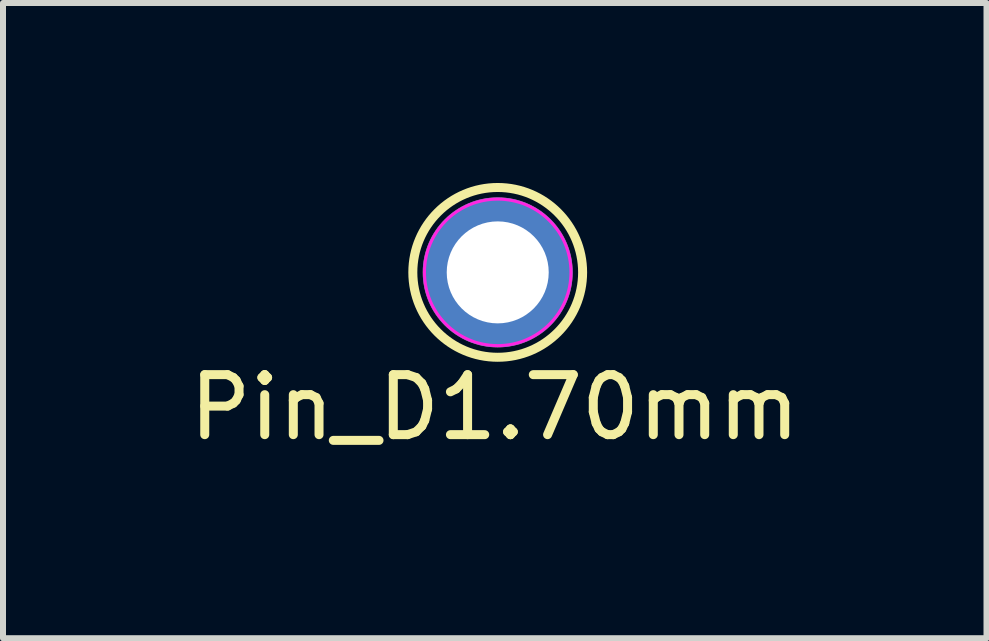
<source format=kicad_pcb>
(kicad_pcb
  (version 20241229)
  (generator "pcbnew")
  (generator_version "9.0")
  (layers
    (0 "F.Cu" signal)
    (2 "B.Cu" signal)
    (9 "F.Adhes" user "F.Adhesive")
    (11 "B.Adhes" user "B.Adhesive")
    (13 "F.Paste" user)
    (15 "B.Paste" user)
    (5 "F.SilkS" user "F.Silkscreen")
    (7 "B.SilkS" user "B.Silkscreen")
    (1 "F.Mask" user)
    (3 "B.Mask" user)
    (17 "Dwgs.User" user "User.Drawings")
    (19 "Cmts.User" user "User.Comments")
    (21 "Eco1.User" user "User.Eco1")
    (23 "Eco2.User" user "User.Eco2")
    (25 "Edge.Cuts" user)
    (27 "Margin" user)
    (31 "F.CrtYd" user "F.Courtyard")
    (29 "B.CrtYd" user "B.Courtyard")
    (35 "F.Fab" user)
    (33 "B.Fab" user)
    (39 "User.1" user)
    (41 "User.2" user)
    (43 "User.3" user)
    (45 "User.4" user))
  (footprint "Pin_D1.70mm"
    (layer "F.Cu")
    (at 5.246 1.49)
    (property "Reference" "Pin_D1.70mm" (at -0.05 2.25 0) (layer "F.SilkS") (effects (font (size 1 1) (thickness 0.15))))
    (attr through_hole)
    (fp_circle (center 0 0) (end 1.415 0) (stroke (width 0.15) (type solid)) (fill no) (layer "F.SilkS"))
    (fp_circle (center 0 0) (end -0.7 -1) (stroke (width 0.05) (type default)) (fill no) (layer "F.CrtYd"))
    (pad "1" thru_hole circle (at 0 0) (size 2.5 2.5) (drill 1.7) (layers "*.Cu" "*.Mask")))
  (gr_rect
    (start -3 -3)
    (end 13.393 7.588)
    (stroke (width 0.1) (type default))
    (fill no)
    (layer "Edge.Cuts")))
</source>
